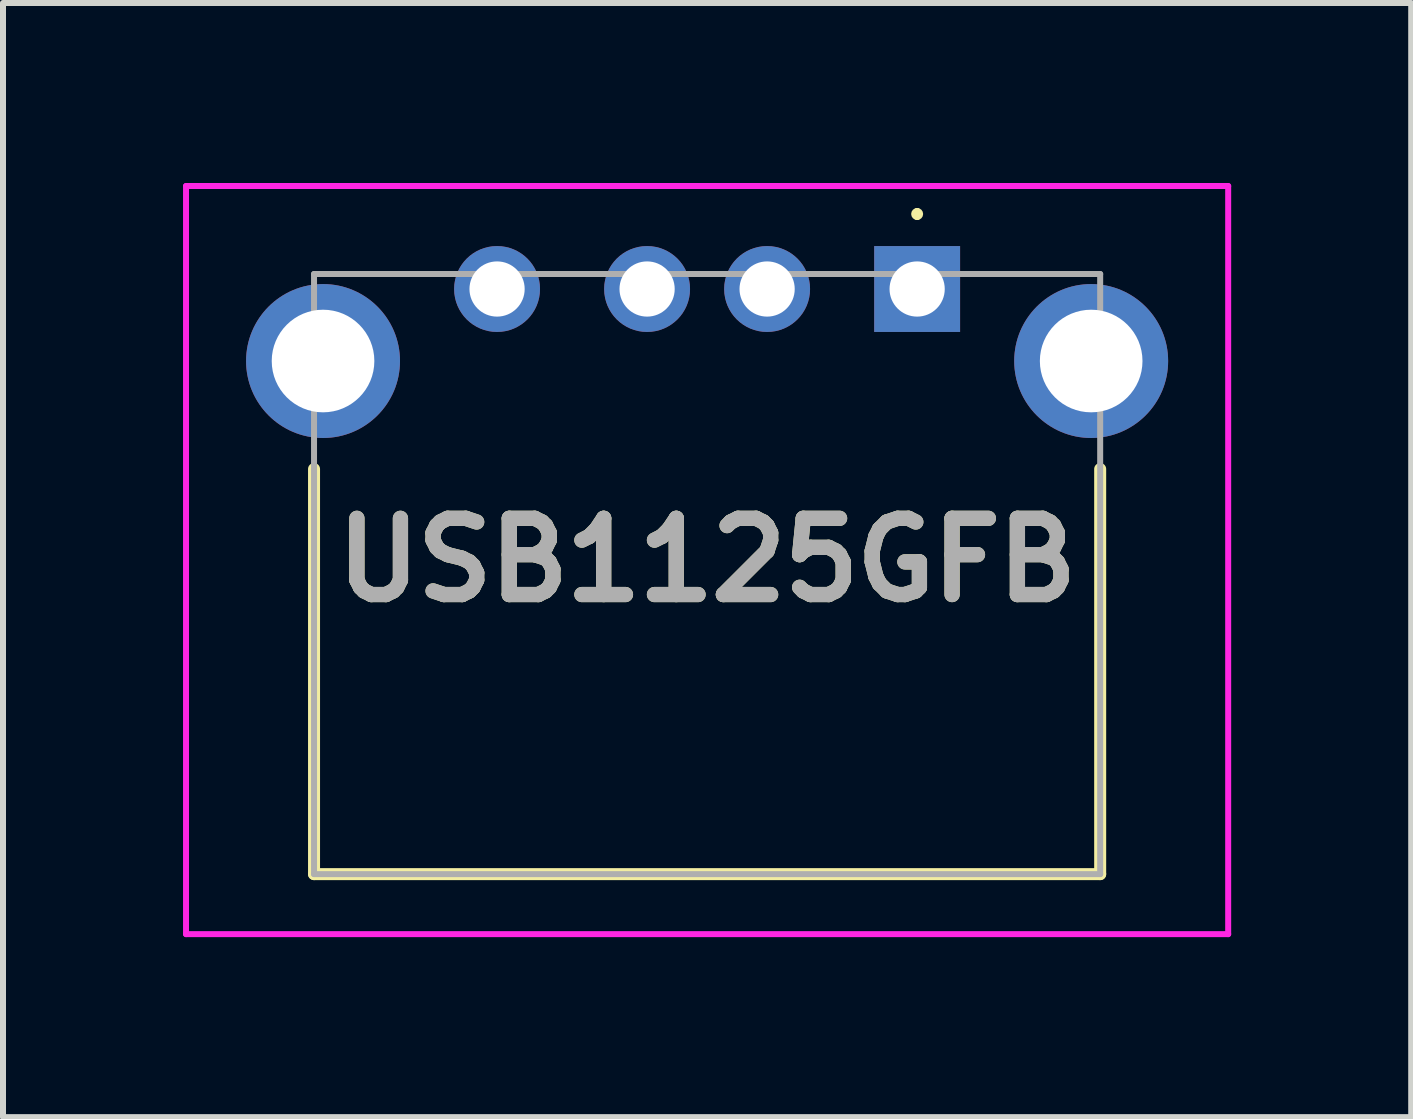
<source format=kicad_pcb>
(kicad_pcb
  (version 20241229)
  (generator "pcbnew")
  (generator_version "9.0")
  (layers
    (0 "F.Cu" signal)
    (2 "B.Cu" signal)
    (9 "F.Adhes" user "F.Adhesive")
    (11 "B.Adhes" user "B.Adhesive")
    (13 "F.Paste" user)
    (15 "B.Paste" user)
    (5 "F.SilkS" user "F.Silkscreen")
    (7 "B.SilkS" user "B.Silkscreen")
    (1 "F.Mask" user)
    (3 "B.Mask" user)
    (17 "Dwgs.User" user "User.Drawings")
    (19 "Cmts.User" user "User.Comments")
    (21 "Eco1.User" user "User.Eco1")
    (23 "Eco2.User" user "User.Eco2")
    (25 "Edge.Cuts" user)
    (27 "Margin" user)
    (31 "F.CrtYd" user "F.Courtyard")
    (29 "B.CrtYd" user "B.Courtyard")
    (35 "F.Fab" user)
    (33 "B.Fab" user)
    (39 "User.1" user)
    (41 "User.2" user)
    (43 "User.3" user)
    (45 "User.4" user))
  (footprint "USB1125GFB"
    (layer "F.Cu")
    (at 12.233 1.766)
    (property "Reference" "USB1125GFB" (at -3.5 4.517 0) (layer "F.SilkS") (effects (font (size 1.27 1.27) (thickness 0.254))))
    (attr through_hole)
    (fp_line (start -10.05 3) (end -10.05 9.75) (stroke (width 0.2) (type solid)) (layer "F.SilkS"))
    (fp_line (start -10.05 9.75) (end 3.05 9.75) (stroke (width 0.2) (type solid)) (layer "F.SilkS"))
    (fp_line (start 0 -1.3) (end 0 -1.3) (stroke (width 0.1) (type solid)) (layer "F.SilkS"))
    (fp_line (start 0 -1.2) (end 0 -1.2) (stroke (width 0.1) (type solid)) (layer "F.SilkS"))
    (fp_line (start 3.05 9.75) (end 3.05 3) (stroke (width 0.2) (type solid)) (layer "F.SilkS"))
    (fp_arc (start 0 -1.3) (mid 0.05 -1.25) (end 0 -1.2) (stroke (width 0.1) (type solid)) (layer "F.SilkS"))
    (fp_arc (start 0 -1.2) (mid -0.05 -1.25) (end 0 -1.3) (stroke (width 0.1) (type solid)) (layer "F.SilkS"))
    (fp_line (start -12.183 -1.716) (end 5.183 -1.716) (stroke (width 0.1) (type solid)) (layer "F.CrtYd"))
    (fp_line (start -12.183 10.75) (end -12.183 -1.716) (stroke (width 0.1) (type solid)) (layer "F.CrtYd"))
    (fp_line (start 5.183 -1.716) (end 5.183 10.75) (stroke (width 0.1) (type solid)) (layer "F.CrtYd"))
    (fp_line (start 5.183 10.75) (end -12.183 10.75) (stroke (width 0.1) (type solid)) (layer "F.CrtYd"))
    (fp_line (start -10.05 -0.25) (end 3.05 -0.25) (stroke (width 0.1) (type solid)) (layer "F.Fab"))
    (fp_line (start -10.05 9.75) (end -10.05 -0.25) (stroke (width 0.1) (type solid)) (layer "F.Fab"))
    (fp_line (start 3.05 -0.25) (end 3.05 9.75) (stroke (width 0.1) (type solid)) (layer "F.Fab"))
    (fp_line (start 3.05 9.75) (end -10.05 9.75) (stroke (width 0.1) (type solid)) (layer "F.Fab"))
    (fp_text user "${REFERENCE}" (at -3.5 4.517 0) (layer "F.Fab") (effects (font (size 1.27 1.27) (thickness 0.254))))
    (pad "1" thru_hole rect (at 0 0) (size 1.431 1.431) (drill 0.92) (layers "*.Cu" "*.Mask"))
    (pad "2" thru_hole circle (at -2.5 0) (size 1.431 1.431) (drill 0.92) (layers "*.Cu" "*.Mask"))
    (pad "3" thru_hole circle (at -4.5 0) (size 1.431 1.431) (drill 0.92) (layers "*.Cu" "*.Mask"))
    (pad "4" thru_hole circle (at -7 0) (size 1.431 1.431) (drill 0.92) (layers "*.Cu" "*.Mask"))
    (pad "5" thru_hole circle (at -9.9 1.2) (size 2.565 2.565) (drill 1.71) (layers "*.Cu" "*.Mask"))
    (pad "6" thru_hole circle (at 2.9 1.2) (size 2.565 2.565) (drill 1.71) (layers "*.Cu" "*.Mask")))
  (gr_rect
    (start -3 -3)
    (end 20.466 15.566)
    (stroke (width 0.1) (type default))
    (fill no)
    (layer "Edge.Cuts")))
</source>
